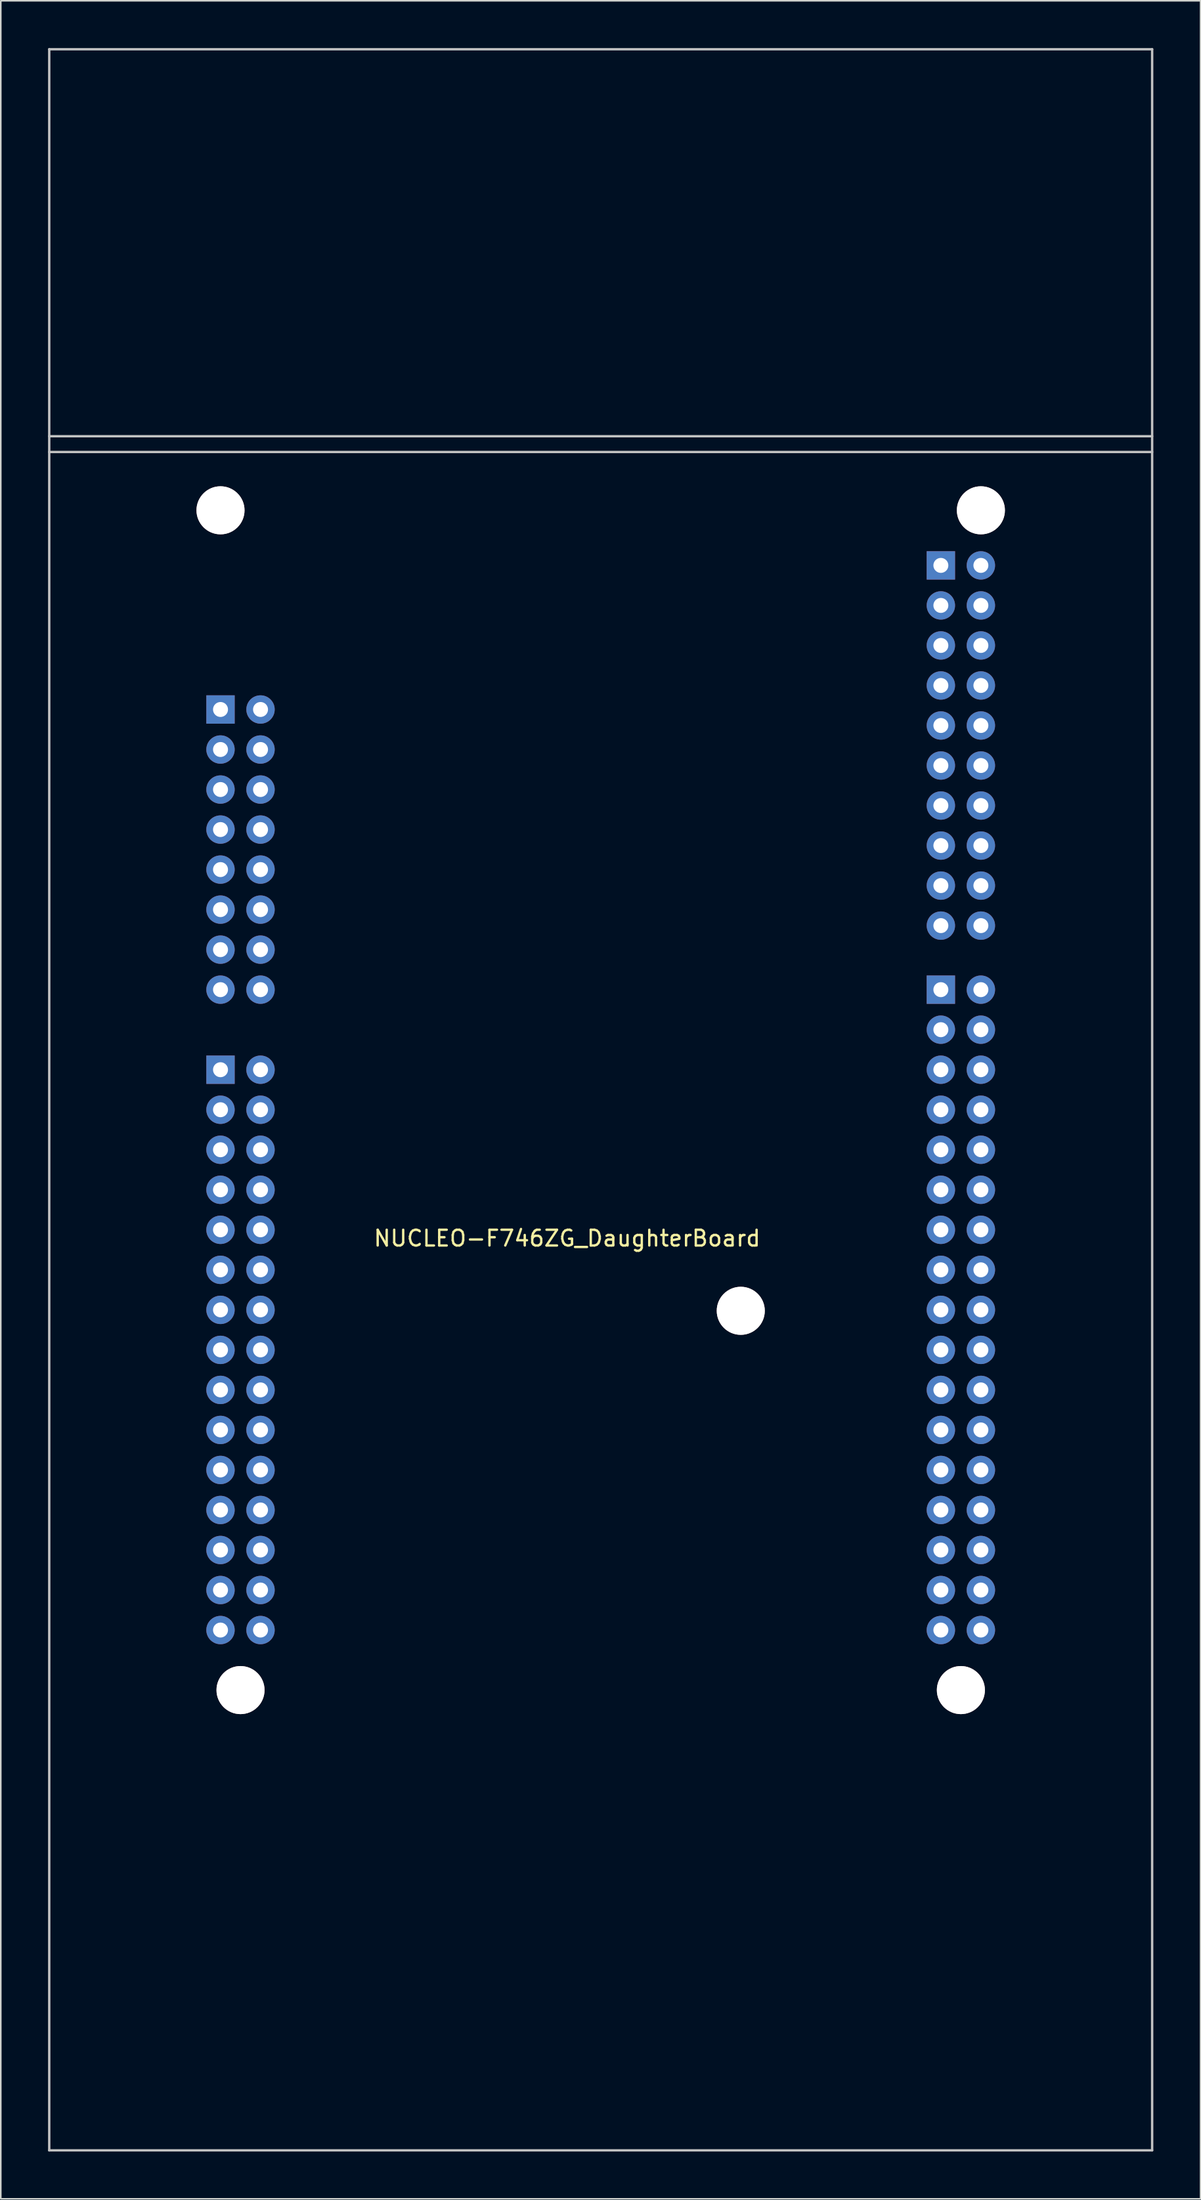
<source format=kicad_pcb>
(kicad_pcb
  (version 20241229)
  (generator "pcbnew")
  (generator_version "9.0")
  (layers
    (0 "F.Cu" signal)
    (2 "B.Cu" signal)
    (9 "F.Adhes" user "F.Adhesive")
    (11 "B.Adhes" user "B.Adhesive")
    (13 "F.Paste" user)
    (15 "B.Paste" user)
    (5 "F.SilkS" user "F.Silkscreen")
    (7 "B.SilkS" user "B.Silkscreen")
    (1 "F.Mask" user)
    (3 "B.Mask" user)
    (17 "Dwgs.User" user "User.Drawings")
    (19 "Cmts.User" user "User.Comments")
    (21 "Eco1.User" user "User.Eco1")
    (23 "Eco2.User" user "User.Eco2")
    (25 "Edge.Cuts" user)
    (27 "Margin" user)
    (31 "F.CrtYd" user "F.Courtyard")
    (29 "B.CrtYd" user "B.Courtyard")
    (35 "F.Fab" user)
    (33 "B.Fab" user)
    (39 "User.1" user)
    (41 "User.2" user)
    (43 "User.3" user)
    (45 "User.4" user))
  (footprint "NUCLEO-F746ZG_DaughterBoard"
    (layer "F.Cu")
    (at 10.945 100.395)
    (property "Reference" "NUCLEO-F746ZG_DaughterBoard" (at 22 -24.86 0) (layer "F.SilkS") (effects (font (size 1 1) (thickness 0.15))))
    (attr through_hole)
    (fp_line (start -10.87 -100.32) (end -10.87 33.02) (stroke (width 0.15) (type solid)) (layer "Dwgs.User"))
    (fp_line (start -10.87 -75.76) (end 59.13 -75.76) (stroke (width 0.15) (type solid)) (layer "Dwgs.User"))
    (fp_line (start -10.87 -74.76) (end 59.13 -74.76) (stroke (width 0.15) (type solid)) (layer "Dwgs.User"))
    (fp_line (start -10.87 33.02) (end 59.13 33.02) (stroke (width 0.15) (type solid)) (layer "Dwgs.User"))
    (fp_line (start 59.13 -100.32) (end -10.87 -100.32) (stroke (width 0.15) (type solid)) (layer "Dwgs.User"))
    (fp_line (start 59.13 33.02) (end 59.13 -100.32) (stroke (width 0.15) (type solid)) (layer "Dwgs.User"))
    (pad "" np_thru_hole circle (at 0 -71.06) (size 3.05 3.05) (drill 3.05) (layers "*.Cu" "*.Paste" "*.Mask" "B.SilkS"))
    (pad "" np_thru_hole circle (at 1.27 3.81) (size 3.05 3.05) (drill 3.05) (layers "*.Cu" "*.Paste" "*.Mask" "B.SilkS"))
    (pad "" np_thru_hole circle (at 33.02 -20.26) (size 3.05 3.05) (drill 3.05) (layers "*.Cu" "*.Paste" "*.Mask" "B.SilkS"))
    (pad "" np_thru_hole circle (at 46.99 3.81) (size 3.05 3.05) (drill 3.05) (layers "*.Cu" "*.Paste" "*.Mask" "B.SilkS"))
    (pad "" np_thru_hole circle (at 48.26 -71.06) (size 3.05 3.05) (drill 3.05) (layers "*.Cu" "*.Paste" "*.Mask" "B.SilkS"))
    (pad "A1" thru_hole rect (at 0 -58.42) (size 1.8 1.8) (drill 0.95) (layers "*.Cu" "*.Mask"))
    (pad "A2" thru_hole circle (at 2.54 -58.42) (size 1.8 1.8) (drill 0.95) (layers "*.Cu" "*.Mask"))
    (pad "A3" thru_hole circle (at 0 -55.88) (size 1.8 1.8) (drill 0.95) (layers "*.Cu" "*.Mask"))
    (pad "A4" thru_hole circle (at 2.54 -55.88) (size 1.8 1.8) (drill 0.95) (layers "*.Cu" "*.Mask"))
    (pad "A5" thru_hole circle (at 0 -53.34) (size 1.8 1.8) (drill 0.95) (layers "*.Cu" "*.Mask"))
    (pad "A6" thru_hole circle (at 2.54 -53.34) (size 1.8 1.8) (drill 0.95) (layers "*.Cu" "*.Mask"))
    (pad "A7" thru_hole circle (at 0 -50.8) (size 1.8 1.8) (drill 0.95) (layers "*.Cu" "*.Mask"))
    (pad "A8" thru_hole circle (at 2.54 -50.8) (size 1.8 1.8) (drill 0.95) (layers "*.Cu" "*.Mask"))
    (pad "A9" thru_hole circle (at 0 -48.26) (size 1.8 1.8) (drill 0.95) (layers "*.Cu" "*.Mask"))
    (pad "A10" thru_hole circle (at 2.54 -48.26) (size 1.8 1.8) (drill 0.95) (layers "*.Cu" "*.Mask"))
    (pad "A11" thru_hole circle (at 0 -45.72) (size 1.8 1.8) (drill 0.95) (layers "*.Cu" "*.Mask"))
    (pad "A12" thru_hole circle (at 2.54 -45.72) (size 1.8 1.8) (drill 0.95) (layers "*.Cu" "*.Mask"))
    (pad "A13" thru_hole circle (at 0 -43.18) (size 1.8 1.8) (drill 0.95) (layers "*.Cu" "*.Mask"))
    (pad "A14" thru_hole circle (at 2.54 -43.18) (size 1.8 1.8) (drill 0.95) (layers "*.Cu" "*.Mask"))
    (pad "A15" thru_hole circle (at 0 -40.64) (size 1.8 1.8) (drill 0.95) (layers "*.Cu" "*.Mask"))
    (pad "A16" thru_hole circle (at 2.54 -40.64) (size 1.8 1.8) (drill 0.95) (layers "*.Cu" "*.Mask"))
    (pad "B1" thru_hole rect (at 45.72 -67.564) (size 1.8 1.8) (drill 0.95) (layers "*.Cu" "*.Mask"))
    (pad "B2" thru_hole circle (at 48.26 -67.564) (size 1.8 1.8) (drill 0.95) (layers "*.Cu" "*.Mask"))
    (pad "B3" thru_hole circle (at 45.72 -65.024) (size 1.8 1.8) (drill 0.95) (layers "*.Cu" "*.Mask"))
    (pad "B4" thru_hole circle (at 48.26 -65.024) (size 1.8 1.8) (drill 0.95) (layers "*.Cu" "*.Mask"))
    (pad "B5" thru_hole circle (at 45.72 -62.484) (size 1.8 1.8) (drill 0.95) (layers "*.Cu" "*.Mask"))
    (pad "B6" thru_hole circle (at 48.26 -62.484) (size 1.8 1.8) (drill 0.95) (layers "*.Cu" "*.Mask"))
    (pad "B7" thru_hole circle (at 45.72 -59.944) (size 1.8 1.8) (drill 0.95) (layers "*.Cu" "*.Mask"))
    (pad "B8" thru_hole circle (at 48.26 -59.944) (size 1.8 1.8) (drill 0.95) (layers "*.Cu" "*.Mask"))
    (pad "B9" thru_hole circle (at 45.72 -57.404) (size 1.8 1.8) (drill 0.95) (layers "*.Cu" "*.Mask"))
    (pad "B10" thru_hole circle (at 48.26 -57.404) (size 1.8 1.8) (drill 0.95) (layers "*.Cu" "*.Mask"))
    (pad "B11" thru_hole circle (at 45.72 -54.864) (size 1.8 1.8) (drill 0.95) (layers "*.Cu" "*.Mask"))
    (pad "B12" thru_hole circle (at 48.26 -54.864) (size 1.8 1.8) (drill 0.95) (layers "*.Cu" "*.Mask"))
    (pad "B13" thru_hole circle (at 45.72 -52.324) (size 1.8 1.8) (drill 0.95) (layers "*.Cu" "*.Mask"))
    (pad "B14" thru_hole circle (at 48.26 -52.324 90) (size 1.8 1.8) (drill 0.95) (layers "*.Cu" "*.Mask"))
    (pad "B15" thru_hole circle (at 45.72 -49.784) (size 1.8 1.8) (drill 0.95) (layers "*.Cu" "*.Mask"))
    (pad "B16" thru_hole circle (at 48.26 -49.784) (size 1.8 1.8) (drill 0.95) (layers "*.Cu" "*.Mask"))
    (pad "B17" thru_hole circle (at 45.72 -47.244) (size 1.8 1.8) (drill 0.95) (layers "*.Cu" "*.Mask"))
    (pad "B18" thru_hole circle (at 48.26 -47.244) (size 1.8 1.8) (drill 0.95) (layers "*.Cu" "*.Mask"))
    (pad "B19" thru_hole circle (at 45.72 -44.704) (size 1.8 1.8) (drill 0.95) (layers "*.Cu" "*.Mask"))
    (pad "B20" thru_hole circle (at 48.26 -44.704) (size 1.8 1.8) (drill 0.95) (layers "*.Cu" "*.Mask"))
    (pad "C1" thru_hole rect (at 0 -35.56) (size 1.8 1.8) (drill 0.95) (layers "*.Cu" "*.Mask"))
    (pad "C2" thru_hole circle (at 2.54 -35.56) (size 1.8 1.8) (drill 0.95) (layers "*.Cu" "*.Mask"))
    (pad "C3" thru_hole circle (at 0 -33.02) (size 1.8 1.8) (drill 0.95) (layers "*.Cu" "*.Mask"))
    (pad "C4" thru_hole circle (at 2.54 -33.02) (size 1.8 1.8) (drill 0.95) (layers "*.Cu" "*.Mask"))
    (pad "C5" thru_hole circle (at 0 -30.48) (size 1.8 1.8) (drill 0.95) (layers "*.Cu" "*.Mask"))
    (pad "C6" thru_hole circle (at 2.54 -30.48) (size 1.8 1.8) (drill 0.95) (layers "*.Cu" "*.Mask"))
    (pad "C7" thru_hole circle (at 0 -27.94) (size 1.8 1.8) (drill 0.95) (layers "*.Cu" "*.Mask"))
    (pad "C8" thru_hole circle (at 2.54 -27.94) (size 1.8 1.8) (drill 0.95) (layers "*.Cu" "*.Mask"))
    (pad "C9" thru_hole circle (at 0 -25.4) (size 1.8 1.8) (drill 0.95) (layers "*.Cu" "*.Mask"))
    (pad "C10" thru_hole circle (at 2.54 -25.4) (size 1.8 1.8) (drill 0.95) (layers "*.Cu" "*.Mask"))
    (pad "C11" thru_hole circle (at 0 -22.86) (size 1.8 1.8) (drill 0.95) (layers "*.Cu" "*.Mask"))
    (pad "C12" thru_hole circle (at 2.54 -22.86) (size 1.8 1.8) (drill 0.95) (layers "*.Cu" "*.Mask"))
    (pad "C13" thru_hole circle (at 0 -20.32) (size 1.8 1.8) (drill 0.95) (layers "*.Cu" "*.Mask"))
    (pad "C14" thru_hole circle (at 2.54 -20.32) (size 1.8 1.8) (drill 0.95) (layers "*.Cu" "*.Mask"))
    (pad "C15" thru_hole circle (at 0 -17.78) (size 1.8 1.8) (drill 0.95) (layers "*.Cu" "*.Mask"))
    (pad "C16" thru_hole circle (at 2.54 -17.78) (size 1.8 1.8) (drill 0.95) (layers "*.Cu" "*.Mask"))
    (pad "C17" thru_hole circle (at 0 -15.24) (size 1.8 1.8) (drill 0.95) (layers "*.Cu" "*.Mask"))
    (pad "C18" thru_hole circle (at 2.54 -15.24) (size 1.8 1.8) (drill 0.95) (layers "*.Cu" "*.Mask"))
    (pad "C19" thru_hole circle (at 0 -12.7) (size 1.8 1.8) (drill 0.95) (layers "*.Cu" "*.Mask"))
    (pad "C20" thru_hole circle (at 2.54 -12.7) (size 1.8 1.8) (drill 0.95) (layers "*.Cu" "*.Mask"))
    (pad "C21" thru_hole circle (at 0 -10.16) (size 1.8 1.8) (drill 0.95) (layers "*.Cu" "*.Mask"))
    (pad "C22" thru_hole circle (at 2.54 -10.16) (size 1.8 1.8) (drill 0.95) (layers "*.Cu" "*.Mask"))
    (pad "C23" thru_hole circle (at 0 -7.62) (size 1.8 1.8) (drill 0.95) (layers "*.Cu" "*.Mask"))
    (pad "C24" thru_hole circle (at 2.54 -7.62) (size 1.8 1.8) (drill 0.95) (layers "*.Cu" "*.Mask"))
    (pad "C25" thru_hole circle (at 0 -5.08) (size 1.8 1.8) (drill 0.95) (layers "*.Cu" "*.Mask"))
    (pad "C26" thru_hole circle (at 2.54 -5.08) (size 1.8 1.8) (drill 0.95) (layers "*.Cu" "*.Mask"))
    (pad "C27" thru_hole circle (at 0 -2.54) (size 1.8 1.8) (drill 0.95) (layers "*.Cu" "*.Mask"))
    (pad "C28" thru_hole circle (at 2.54 -2.54) (size 1.8 1.8) (drill 0.95) (layers "*.Cu" "*.Mask"))
    (pad "C29" thru_hole circle (at 0 0) (size 1.8 1.8) (drill 0.95) (layers "*.Cu" "*.Mask"))
    (pad "C30" thru_hole circle (at 2.54 0) (size 1.8 1.8) (drill 0.95) (layers "*.Cu" "*.Mask"))
    (pad "D1" thru_hole rect (at 45.72 -40.64) (size 1.8 1.8) (drill 0.95) (layers "*.Cu" "*.Mask"))
    (pad "D2" thru_hole circle (at 48.26 -40.64) (size 1.8 1.8) (drill 0.95) (layers "*.Cu" "*.Mask"))
    (pad "D3" thru_hole circle (at 45.72 -38.1) (size 1.8 1.8) (drill 0.95) (layers "*.Cu" "*.Mask"))
    (pad "D4" thru_hole circle (at 48.26 -38.1) (size 1.8 1.8) (drill 0.95) (layers "*.Cu" "*.Mask"))
    (pad "D5" thru_hole circle (at 45.72 -35.56) (size 1.8 1.8) (drill 0.95) (layers "*.Cu" "*.Mask"))
    (pad "D6" thru_hole circle (at 48.26 -35.56) (size 1.8 1.8) (drill 0.95) (layers "*.Cu" "*.Mask"))
    (pad "D7" thru_hole circle (at 45.72 -33.02) (size 1.8 1.8) (drill 0.95) (layers "*.Cu" "*.Mask"))
    (pad "D8" thru_hole circle (at 48.26 -33.02) (size 1.8 1.8) (drill 0.95) (layers "*.Cu" "*.Mask"))
    (pad "D9" thru_hole circle (at 45.72 -30.48) (size 1.8 1.8) (drill 0.95) (layers "*.Cu" "*.Mask"))
    (pad "D10" thru_hole circle (at 48.26 -30.48) (size 1.8 1.8) (drill 0.95) (layers "*.Cu" "*.Mask"))
    (pad "D11" thru_hole circle (at 45.72 -27.94) (size 1.8 1.8) (drill 0.95) (layers "*.Cu" "*.Mask"))
    (pad "D12" thru_hole circle (at 48.26 -27.94) (size 1.8 1.8) (drill 0.95) (layers "*.Cu" "*.Mask"))
    (pad "D13" thru_hole circle (at 45.72 -25.4) (size 1.8 1.8) (drill 0.95) (layers "*.Cu" "*.Mask"))
    (pad "D14" thru_hole circle (at 48.26 -25.4) (size 1.8 1.8) (drill 0.95) (layers "*.Cu" "*.Mask"))
    (pad "D15" thru_hole circle (at 45.72 -22.86 90) (size 1.8 1.8) (drill 0.95) (layers "*.Cu" "*.Mask"))
    (pad "D16" thru_hole circle (at 48.26 -22.86) (size 1.8 1.8) (drill 0.95) (layers "*.Cu" "*.Mask"))
    (pad "D17" thru_hole circle (at 45.72 -20.32) (size 1.8 1.8) (drill 0.95) (layers "*.Cu" "*.Mask"))
    (pad "D18" thru_hole circle (at 48.26 -20.32 90) (size 1.8 1.8) (drill 0.95) (layers "*.Cu" "*.Mask"))
    (pad "D19" thru_hole circle (at 45.72 -17.78) (size 1.8 1.8) (drill 0.95) (layers "*.Cu" "*.Mask"))
    (pad "D20" thru_hole circle (at 48.26 -17.78) (size 1.8 1.8) (drill 0.95) (layers "*.Cu" "*.Mask"))
    (pad "D21" thru_hole circle (at 45.72 -15.24) (size 1.8 1.8) (drill 0.95) (layers "*.Cu" "*.Mask"))
    (pad "D22" thru_hole circle (at 48.26 -15.24) (size 1.8 1.8) (drill 0.95) (layers "*.Cu" "*.Mask"))
    (pad "D23" thru_hole circle (at 45.72 -12.7) (size 1.8 1.8) (drill 0.95) (layers "*.Cu" "*.Mask"))
    (pad "D24" thru_hole circle (at 48.26 -12.7) (size 1.8 1.8) (drill 0.95) (layers "*.Cu" "*.Mask"))
    (pad "D25" thru_hole circle (at 45.72 -10.16) (size 1.8 1.8) (drill 0.95) (layers "*.Cu" "*.Mask"))
    (pad "D26" thru_hole circle (at 48.26 -10.16) (size 1.8 1.8) (drill 0.95) (layers "*.Cu" "*.Mask"))
    (pad "D27" thru_hole circle (at 45.72 -7.62) (size 1.8 1.8) (drill 0.95) (layers "*.Cu" "*.Mask"))
    (pad "D28" thru_hole circle (at 48.26 -7.62) (size 1.8 1.8) (drill 0.95) (layers "*.Cu" "*.Mask"))
    (pad "D29" thru_hole circle (at 45.72 -5.08) (size 1.8 1.8) (drill 0.95) (layers "*.Cu" "*.Mask"))
    (pad "D30" thru_hole circle (at 48.26 -5.08) (size 1.8 1.8) (drill 0.95) (layers "*.Cu" "*.Mask"))
    (pad "D31" thru_hole circle (at 45.72 -2.54) (size 1.8 1.8) (drill 0.95) (layers "*.Cu" "*.Mask"))
    (pad "D32" thru_hole circle (at 48.26 -2.54) (size 1.8 1.8) (drill 0.95) (layers "*.Cu" "*.Mask"))
    (pad "D33" thru_hole circle (at 45.72 0) (size 1.8 1.8) (drill 0.95) (layers "*.Cu" "*.Mask"))
    (pad "D34" thru_hole circle (at 48.26 0) (size 1.8 1.8) (drill 0.95) (layers "*.Cu" "*.Mask")))
  (gr_rect
    (start -3 -3)
    (end 73.15 136.49)
    (stroke (width 0.1) (type default))
    (fill no)
    (layer "Edge.Cuts")))
</source>
